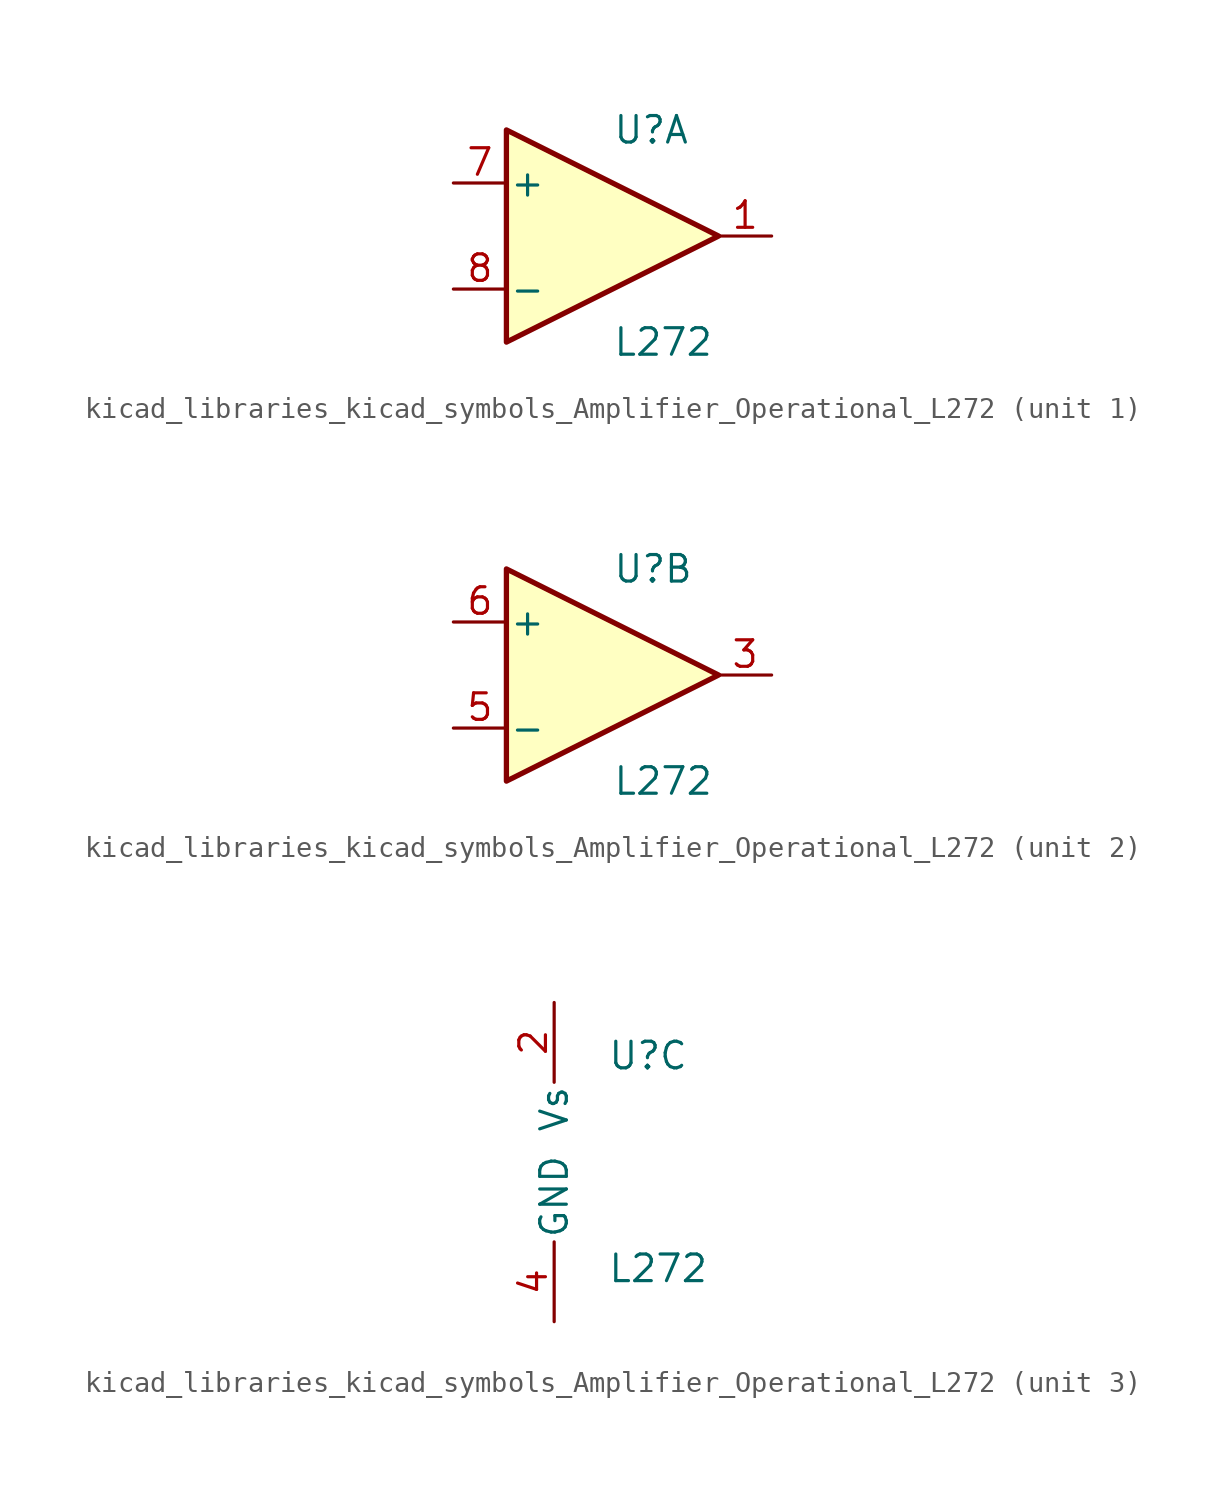
<source format=kicad_sym>
(kicad_symbol_lib
  (version 20220914)
  (generator kicad_symbol_editor)
  (symbol "kicad_libraries_kicad_symbols_Amplifier_Operational_L272"
    (pin_names
      (offset 0.127))
    (property "Reference" "U"
      (at 0 5.08 0)
      (effects (font (size 1.27 1.27)) (justify left)))
    (property "Value" "L272"
      (at 0 -5.08 0)
      (effects (font (size 1.27 1.27)) (justify left)))
    (property "ki_locked" ""
      (at 0 0 0)
      (effects (font (size 1.27 1.27))))
    (symbol "kicad_libraries_kicad_symbols_Amplifier_Operational_L272_1_1"
      (polyline (pts (xy -5.08 5.08) (xy 5.08 0) (xy -5.08 -5.08) (xy -5.08 5.08)) (stroke (width 0.254) (type default)) (fill (type background)))
      (pin output line (at 7.62 0 180) (length 2.54) (name "~" (effects (font (size 1.27 1.27)))) (number "1" (effects (font (size 1.27 1.27)))))
      (pin input line (at -7.62 2.54 0) (length 2.54) (name "+" (effects (font (size 1.27 1.27)))) (number "7" (effects (font (size 1.27 1.27)))))
      (pin input line (at -7.62 -2.54 0) (length 2.54) (name "-" (effects (font (size 1.27 1.27)))) (number "8" (effects (font (size 1.27 1.27))))))
    (symbol "kicad_libraries_kicad_symbols_Amplifier_Operational_L272_2_1"
      (polyline (pts (xy -5.08 5.08) (xy 5.08 0) (xy -5.08 -5.08) (xy -5.08 5.08)) (stroke (width 0.254) (type default)) (fill (type background)))
      (pin output line (at 7.62 0 180) (length 2.54) (name "~" (effects (font (size 1.27 1.27)))) (number "3" (effects (font (size 1.27 1.27)))))
      (pin input line (at -7.62 -2.54 0) (length 2.54) (name "-" (effects (font (size 1.27 1.27)))) (number "5" (effects (font (size 1.27 1.27)))))
      (pin input line (at -7.62 2.54 0) (length 2.54) (name "+" (effects (font (size 1.27 1.27)))) (number "6" (effects (font (size 1.27 1.27))))))
    (symbol "kicad_libraries_kicad_symbols_Amplifier_Operational_L272_3_1"
      (pin passive line (at -2.54 -7.62 90) (length 3.81) hide (name "GND" (effects (font (size 1.27 1.27)))) (number "10" (effects (font (size 1.27 1.27)))))
      (pin passive line (at -2.54 -7.62 90) (length 3.81) hide (name "GND" (effects (font (size 1.27 1.27)))) (number "11" (effects (font (size 1.27 1.27)))))
      (pin passive line (at -2.54 -7.62 90) (length 3.81) hide (name "GND" (effects (font (size 1.27 1.27)))) (number "12" (effects (font (size 1.27 1.27)))))
      (pin passive line (at -2.54 -7.62 90) (length 3.81) hide (name "GND" (effects (font (size 1.27 1.27)))) (number "13" (effects (font (size 1.27 1.27)))))
      (pin passive line (at -2.54 -7.62 90) (length 3.81) hide (name "GND" (effects (font (size 1.27 1.27)))) (number "14" (effects (font (size 1.27 1.27)))))
      (pin passive line (at -2.54 -7.62 90) (length 3.81) hide (name "GND" (effects (font (size 1.27 1.27)))) (number "15" (effects (font (size 1.27 1.27)))))
      (pin passive line (at -2.54 -7.62 90) (length 3.81) hide (name "GND" (effects (font (size 1.27 1.27)))) (number "16" (effects (font (size 1.27 1.27)))))
      (pin power_in line (at -2.54 7.62 270) (length 3.81) (name "Vs" (effects (font (size 1.27 1.27)))) (number "2" (effects (font (size 1.27 1.27)))))
      (pin power_in line (at -2.54 -7.62 90) (length 3.81) (name "GND" (effects (font (size 1.27 1.27)))) (number "4" (effects (font (size 1.27 1.27)))))
      (pin passive line (at -2.54 -7.62 90) (length 3.81) hide (name "GND" (effects (font (size 1.27 1.27)))) (number "9" (effects (font (size 1.27 1.27))))))))
</source>
